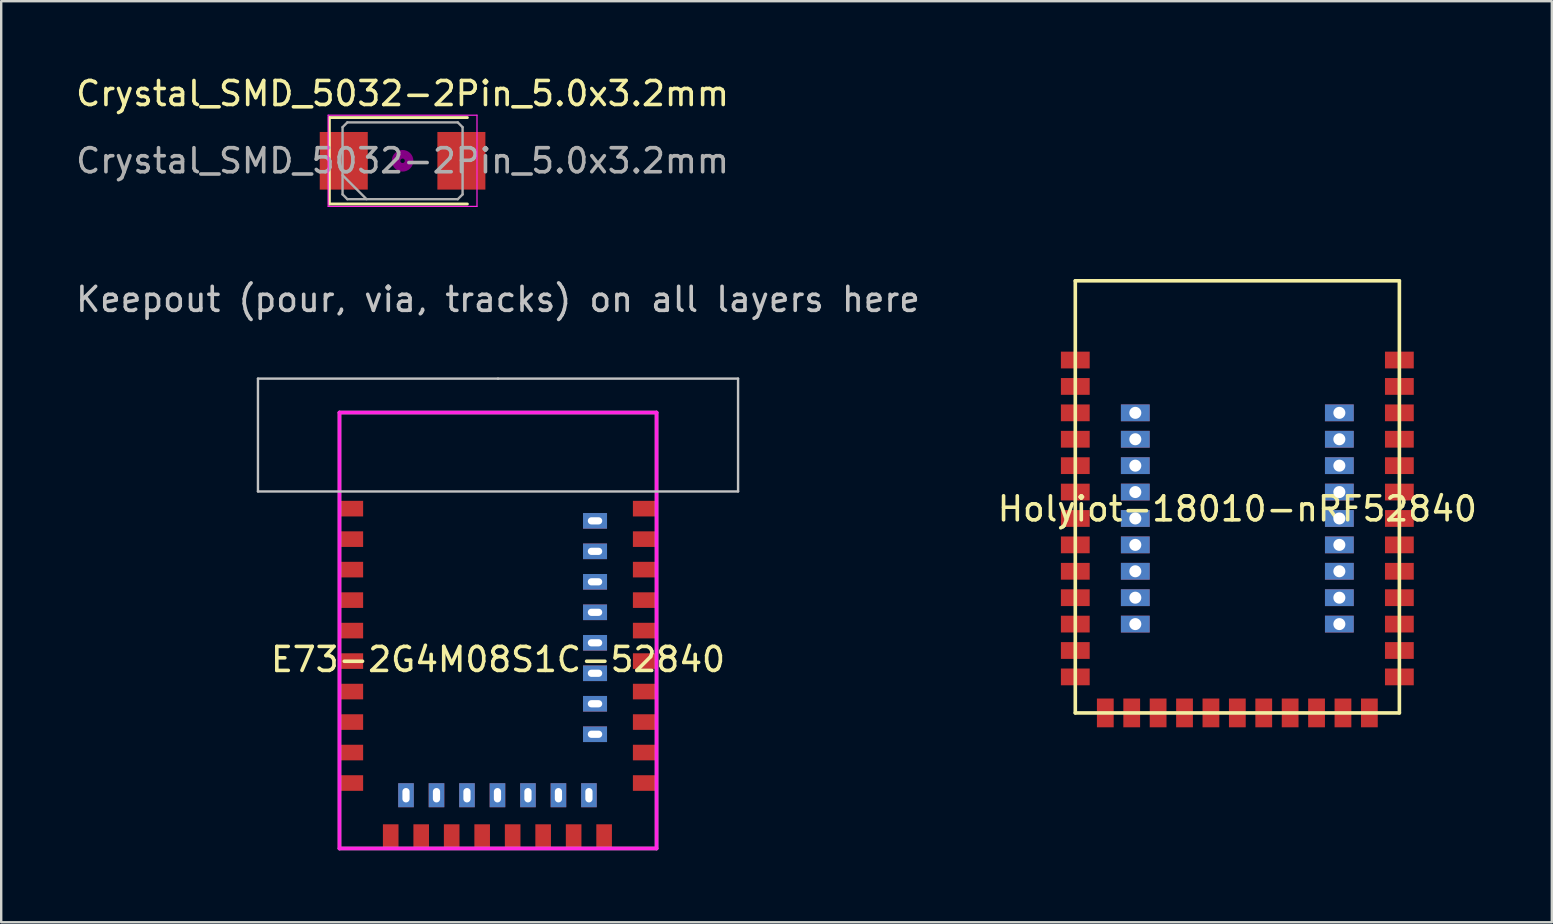
<source format=kicad_pcb>
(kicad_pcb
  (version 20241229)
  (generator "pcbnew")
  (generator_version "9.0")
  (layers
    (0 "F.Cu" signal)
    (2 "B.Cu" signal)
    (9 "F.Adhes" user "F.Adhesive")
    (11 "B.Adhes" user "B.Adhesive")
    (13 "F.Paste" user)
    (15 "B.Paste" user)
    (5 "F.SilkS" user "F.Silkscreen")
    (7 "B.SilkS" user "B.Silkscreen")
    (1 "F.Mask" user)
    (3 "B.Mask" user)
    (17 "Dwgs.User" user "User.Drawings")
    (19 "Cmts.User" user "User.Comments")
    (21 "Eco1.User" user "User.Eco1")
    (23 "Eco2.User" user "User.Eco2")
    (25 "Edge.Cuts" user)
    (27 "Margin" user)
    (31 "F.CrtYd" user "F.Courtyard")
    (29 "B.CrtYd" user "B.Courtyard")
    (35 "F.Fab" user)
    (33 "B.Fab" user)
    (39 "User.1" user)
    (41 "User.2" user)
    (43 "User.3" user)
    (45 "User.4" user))
  (footprint "E73-2G4M08S1C-52840"
    (layer "F.Cu")
    (at 17.696 22.422)
    (property "Reference" "E73-2G4M08S1C-52840" (at 0 2 0) (layer "F.SilkS") (effects (font (size 1 1) (thickness 0.15))))
    (attr through_hole)
    (fp_line (start -10 -9.7) (end -10 -5) (stroke (width 0.1) (type default)) (layer "Dwgs.User"))
    (fp_line (start -10 -5) (end 10 -5) (stroke (width 0.1) (type default)) (layer "Dwgs.User"))
    (fp_line (start 0 -9.7) (end -10 -9.7) (stroke (width 0.1) (type default)) (layer "Dwgs.User"))
    (fp_line (start 0 -9.7) (end 10 -9.7) (stroke (width 0.1) (type default)) (layer "Dwgs.User"))
    (fp_line (start 10 -5) (end 10 -9.7) (stroke (width 0.1) (type default)) (layer "Dwgs.User"))
    (fp_line (start -6.604 -8.287) (end -6.604 9.874) (stroke (width 0.15) (type solid)) (layer "F.CrtYd"))
    (fp_line (start -6.604 9.874) (end 6.604 9.874) (stroke (width 0.15) (type solid)) (layer "F.CrtYd"))
    (fp_line (start 6.604 -8.287) (end -6.604 -8.287) (stroke (width 0.15) (type solid)) (layer "F.CrtYd"))
    (fp_line (start 6.604 9.874) (end 6.604 -8.287) (stroke (width 0.15) (type solid)) (layer "F.CrtYd"))
    (fp_line (start -6.604 -8.287) (end -6.604 9.874) (stroke (width 0.15) (type solid)) (layer "F.Fab"))
    (fp_line (start -6.604 9.874) (end 6.604 9.874) (stroke (width 0.15) (type solid)) (layer "F.Fab"))
    (fp_line (start 6.604 -8.287) (end -6.604 -8.287) (stroke (width 0.15) (type solid)) (layer "F.Fab"))
    (fp_line (start 6.604 9.874) (end 6.604 -8.287) (stroke (width 0.15) (type solid)) (layer "F.Fab"))
    (fp_text user "Keepout (pour, via, tracks) on all layers here" (at 0 -13 0) (layer "Dwgs.User") (effects (font (size 1 1) (thickness 0.15))))
    (pad "1" smd rect (at -6.119 -4.283 90) (size 0.65 1) (layers "F.Cu" "F.Mask" "F.Paste"))
    (pad "2" smd rect (at -6.119 -3.013 90) (size 0.65 1) (layers "F.Cu" "F.Mask" "F.Paste"))
    (pad "3" smd rect (at -6.119 -1.743 90) (size 0.65 1) (layers "F.Cu" "F.Mask" "F.Paste"))
    (pad "4" smd rect (at -6.119 -0.473 90) (size 0.65 1) (layers "F.Cu" "F.Mask" "F.Paste"))
    (pad "5" smd rect (at -6.119 0.797 90) (size 0.65 1) (layers "F.Cu" "F.Mask" "F.Paste"))
    (pad "6" smd rect (at -6.119 2.067 90) (size 0.65 1) (layers "F.Cu" "F.Mask" "F.Paste"))
    (pad "7" smd rect (at -6.119 3.337 90) (size 0.65 1) (layers "F.Cu" "F.Mask" "F.Paste"))
    (pad "8" smd rect (at -6.119 4.607 90) (size 0.65 1) (layers "F.Cu" "F.Mask" "F.Paste"))
    (pad "9" smd rect (at -6.119 5.877 90) (size 0.65 1) (layers "F.Cu" "F.Mask" "F.Paste"))
    (pad "10" smd rect (at -6.119 7.147 90) (size 0.65 1) (layers "F.Cu" "F.Mask" "F.Paste"))
    (pad "11" smd rect (at -4.47 9.366 180) (size 0.65 1) (layers "F.Cu" "F.Mask" "F.Paste"))
    (pad "12" thru_hole rect (at -3.833 7.655 180) (size 0.65 1) (drill oval 0.3 0.6) (layers "*.Cu" "*.Mask"))
    (pad "13" smd rect (at -3.2 9.366 180) (size 0.65 1) (layers "F.Cu" "F.Mask" "F.Paste"))
    (pad "14" thru_hole rect (at -2.563 7.655 180) (size 0.65 1) (drill oval 0.3 0.6) (layers "*.Cu" "*.Mask"))
    (pad "15" smd rect (at -1.93 9.366 180) (size 0.65 1) (layers "F.Cu" "F.Mask" "F.Paste"))
    (pad "16" thru_hole rect (at -1.293 7.655 180) (size 0.65 1) (drill oval 0.3 0.6) (layers "*.Cu" "*.Mask"))
    (pad "17" smd rect (at -0.66 9.366 180) (size 0.65 1) (layers "F.Cu" "F.Mask" "F.Paste"))
    (pad "18" thru_hole rect (at -0.023 7.655 180) (size 0.65 1) (drill oval 0.3 0.6) (layers "*.Cu" "*.Mask"))
    (pad "19" smd rect (at 0.61 9.366 180) (size 0.65 1) (layers "F.Cu" "F.Mask" "F.Paste"))
    (pad "20" thru_hole rect (at 1.247 7.655 180) (size 0.65 1) (drill oval 0.3 0.6) (layers "*.Cu" "*.Mask"))
    (pad "21" smd rect (at 1.88 9.366 180) (size 0.65 1) (layers "F.Cu" "F.Mask" "F.Paste"))
    (pad "22" thru_hole rect (at 2.517 7.655 180) (size 0.65 1) (drill oval 0.3 0.6) (layers "*.Cu" "*.Mask"))
    (pad "23" smd rect (at 3.15 9.366 180) (size 0.65 1) (layers "F.Cu" "F.Mask" "F.Paste"))
    (pad "24" thru_hole rect (at 3.787 7.655 180) (size 0.65 1) (drill oval 0.3 0.6) (layers "*.Cu" "*.Mask"))
    (pad "25" smd rect (at 4.42 9.366 180) (size 0.65 1) (layers "F.Cu" "F.Mask" "F.Paste"))
    (pad "26" smd rect (at 6.119 7.147 90) (size 0.65 1) (layers "F.Cu" "F.Mask" "F.Paste"))
    (pad "27" smd rect (at 6.119 5.877 90) (size 0.65 1) (layers "F.Cu" "F.Mask" "F.Paste"))
    (pad "28" thru_hole rect (at 4.041 5.115 90) (size 0.65 1) (drill oval 0.3 0.6) (layers "*.Cu" "*.Mask"))
    (pad "29" smd rect (at 6.119 4.607 90) (size 0.65 1) (layers "F.Cu" "F.Mask" "F.Paste"))
    (pad "30" thru_hole rect (at 4.041 3.845 90) (size 0.65 1) (drill oval 0.3 0.6) (layers "*.Cu" "*.Mask"))
    (pad "31" smd rect (at 6.119 3.337 90) (size 0.65 1) (layers "F.Cu" "F.Mask" "F.Paste"))
    (pad "32" thru_hole rect (at 4.041 2.575 90) (size 0.65 1) (drill oval 0.3 0.6) (layers "*.Cu" "*.Mask"))
    (pad "33" smd rect (at 6.119 2.067 90) (size 0.65 1) (layers "F.Cu" "F.Mask" "F.Paste"))
    (pad "34" thru_hole rect (at 4.041 1.305 90) (size 0.65 1) (drill oval 0.3 0.6) (layers "*.Cu" "*.Mask"))
    (pad "35" smd rect (at 6.119 0.797 90) (size 0.65 1) (layers "F.Cu" "F.Mask" "F.Paste"))
    (pad "36" thru_hole rect (at 4.041 0.035 90) (size 0.65 1) (drill oval 0.3 0.6) (layers "*.Cu" "*.Mask"))
    (pad "37" smd rect (at 6.119 -0.473 90) (size 0.65 1) (layers "F.Cu" "F.Mask" "F.Paste"))
    (pad "38" thru_hole rect (at 4.041 -1.235 90) (size 0.65 1) (drill oval 0.3 0.6) (layers "*.Cu" "*.Mask"))
    (pad "39" smd rect (at 6.119 -1.743 90) (size 0.65 1) (layers "F.Cu" "F.Mask" "F.Paste"))
    (pad "40" thru_hole rect (at 4.041 -2.505 90) (size 0.65 1) (drill oval 0.3 0.6) (layers "*.Cu" "*.Mask"))
    (pad "41" smd rect (at 6.119 -3.013 90) (size 0.65 1) (layers "F.Cu" "F.Mask" "F.Paste"))
    (pad "42" thru_hole rect (at 4.041 -3.775 90) (size 0.65 1) (drill oval 0.3 0.6) (layers "*.Cu" "*.Mask"))
    (pad "43" smd rect (at 6.119 -4.283 90) (size 0.65 1) (layers "F.Cu" "F.Mask" "F.Paste"))
    (zone (net_name "") (layers "F.Cu" "B.Cu") (hatch edge 0.5) (connect_pads) (min_thickness 0.25) (filled_areas_thickness no) (keepout (tracks not_allowed) (vias not_allowed) (pads not_allowed) (copperpour not_allowed) (footprints not_allowed)) (placement (enabled no)) (fill) (polygon (pts (xy 7.696 17.422) (xy 7.696 12.722) (xy 27.696 12.722) (xy 27.696 17.422)))))
  (footprint "Crystal_SMD_5032-2Pin_5.0x3.2mm"
    (layer "F.Cu")
    (at 13.72 3.648)
    (property "Reference" "Crystal_SMD_5032-2Pin_5.0x3.2mm" (at 0 -2.8 0) (layer "F.SilkS") (effects (font (size 1 1) (thickness 0.15))))
    (attr smd)
    (fp_line (start -3.05 -1.8) (end -3.05 1.8) (stroke (width 0.12) (type solid)) (layer "F.SilkS"))
    (fp_line (start -3.05 1.8) (end 2.7 1.8) (stroke (width 0.12) (type solid)) (layer "F.SilkS"))
    (fp_line (start 2.7 -1.8) (end -3.05 -1.8) (stroke (width 0.12) (type solid)) (layer "F.SilkS"))
    (fp_circle (center 0 0) (end 0.093 0) (stroke (width 0.187) (type solid)) (fill no) (layer "F.Adhes"))
    (fp_circle (center 0 0) (end 0.213 0) (stroke (width 0.133) (type solid)) (fill no) (layer "F.Adhes"))
    (fp_circle (center 0 0) (end 0.333 0) (stroke (width 0.133) (type solid)) (fill no) (layer "F.Adhes"))
    (fp_circle (center 0 0) (end 0.4 0) (stroke (width 0.1) (type solid)) (fill no) (layer "F.Adhes"))
    (fp_line (start -3.1 -1.9) (end -3.1 1.9) (stroke (width 0.05) (type solid)) (layer "F.CrtYd"))
    (fp_line (start -3.1 1.9) (end 3.1 1.9) (stroke (width 0.05) (type solid)) (layer "F.CrtYd"))
    (fp_line (start 3.1 -1.9) (end -3.1 -1.9) (stroke (width 0.05) (type solid)) (layer "F.CrtYd"))
    (fp_line (start 3.1 1.9) (end 3.1 -1.9) (stroke (width 0.05) (type solid)) (layer "F.CrtYd"))
    (fp_line (start -2.5 -1.4) (end -2.3 -1.6) (stroke (width 0.1) (type solid)) (layer "F.Fab"))
    (fp_line (start -2.5 0.6) (end -1.5 1.6) (stroke (width 0.1) (type solid)) (layer "F.Fab"))
    (fp_line (start -2.5 1.4) (end -2.5 -1.4) (stroke (width 0.1) (type solid)) (layer "F.Fab"))
    (fp_line (start -2.3 -1.6) (end 2.3 -1.6) (stroke (width 0.1) (type solid)) (layer "F.Fab"))
    (fp_line (start -2.3 1.6) (end -2.5 1.4) (stroke (width 0.1) (type solid)) (layer "F.Fab"))
    (fp_line (start 2.3 -1.6) (end 2.5 -1.4) (stroke (width 0.1) (type solid)) (layer "F.Fab"))
    (fp_line (start 2.3 1.6) (end -2.3 1.6) (stroke (width 0.1) (type solid)) (layer "F.Fab"))
    (fp_line (start 2.5 -1.4) (end 2.5 1.4) (stroke (width 0.1) (type solid)) (layer "F.Fab"))
    (fp_line (start 2.5 1.4) (end 2.3 1.6) (stroke (width 0.1) (type solid)) (layer "F.Fab"))
    (fp_text user "${REFERENCE}" (at 0 0 0) (layer "F.Fab") (effects (font (size 1 1) (thickness 0.15))))
    (pad "1" smd rect (at -2.45 0) (size 2 2.4) (layers "F.Cu" "F.Mask" "F.Paste"))
    (pad "2" smd rect (at 2.45 0) (size 2 2.4) (layers "F.Cu" "F.Mask" "F.Paste")))
  (footprint "Holyiot-18010-nRF52840"
    (layer "F.Cu")
    (at 48.494 17.648)
    (property "Reference" "Holyiot-18010-nRF52840" (at 0 0.5 0) (layer "F.SilkS") (effects (font (size 1 1) (thickness 0.15))))
    (attr through_hole)
    (fp_line (start -6.75 -9) (end 6.75 -9) (stroke (width 0.15) (type solid)) (layer "F.SilkS"))
    (fp_line (start -6.75 9) (end -6.75 -9) (stroke (width 0.15) (type solid)) (layer "F.SilkS"))
    (fp_line (start 6.75 -9) (end 6.75 9) (stroke (width 0.15) (type solid)) (layer "F.SilkS"))
    (fp_line (start 6.75 9) (end -6.75 9) (stroke (width 0.15) (type solid)) (layer "F.SilkS"))
    (pad "1" smd rect (at -6.75 -5.7 90) (size 0.699 1.199) (layers "F.Cu" "F.Mask" "F.Paste"))
    (pad "2" smd rect (at -6.75 -4.6 90) (size 0.699 1.199) (layers "F.Cu" "F.Mask" "F.Paste"))
    (pad "3" smd rect (at -6.75 -3.5 90) (size 0.699 1.199) (layers "F.Cu" "F.Mask" "F.Paste"))
    (pad "4" smd rect (at -6.75 -2.4 90) (size 0.699 1.199) (layers "F.Cu" "F.Mask" "F.Paste"))
    (pad "5" smd rect (at -6.75 -1.3 90) (size 0.699 1.199) (layers "F.Cu" "F.Mask" "F.Paste"))
    (pad "6" smd rect (at -6.75 -0.2 90) (size 0.699 1.199) (layers "F.Cu" "F.Mask" "F.Paste"))
    (pad "7" smd rect (at -6.75 0.9 90) (size 0.699 1.199) (layers "F.Cu" "F.Mask" "F.Paste"))
    (pad "8" smd rect (at -6.75 2 90) (size 0.699 1.199) (layers "F.Cu" "F.Mask" "F.Paste"))
    (pad "9" smd rect (at -6.75 3.1 90) (size 0.699 1.199) (layers "F.Cu" "F.Mask" "F.Paste"))
    (pad "10" smd rect (at -6.75 4.2 90) (size 0.699 1.199) (layers "F.Cu" "F.Mask" "F.Paste"))
    (pad "11" smd rect (at -6.75 5.3 90) (size 0.699 1.199) (layers "F.Cu" "F.Mask" "F.Paste"))
    (pad "12" smd rect (at -6.75 6.4 90) (size 0.699 1.199) (layers "F.Cu" "F.Mask" "F.Paste"))
    (pad "13" smd rect (at -6.75 7.5 90) (size 0.699 1.199) (layers "F.Cu" "F.Mask" "F.Paste"))
    (pad "14" thru_hole rect (at -4.25 -3.5 90) (size 0.699 1.199) (drill 0.5) (layers "*.Cu" "*.Mask"))
    (pad "15" thru_hole rect (at -4.25 -2.4 90) (size 0.699 1.199) (drill 0.5) (layers "*.Cu" "*.Mask"))
    (pad "16" thru_hole rect (at -4.25 -1.3 90) (size 0.699 1.199) (drill 0.5) (layers "*.Cu" "*.Mask"))
    (pad "17" thru_hole rect (at -4.25 -0.2 90) (size 0.699 1.199) (drill 0.5) (layers "*.Cu" "*.Mask"))
    (pad "18" thru_hole rect (at -4.25 0.9 90) (size 0.699 1.199) (drill 0.5) (layers "*.Cu" "*.Mask"))
    (pad "19" thru_hole rect (at -4.25 2 90) (size 0.699 1.199) (drill 0.5) (layers "*.Cu" "*.Mask"))
    (pad "20" thru_hole rect (at -4.25 3.1 90) (size 0.699 1.199) (drill 0.5) (layers "*.Cu" "*.Mask"))
    (pad "21" thru_hole rect (at -4.25 4.2 90) (size 0.699 1.199) (drill 0.5) (layers "*.Cu" "*.Mask"))
    (pad "22" thru_hole rect (at -4.25 5.3 90) (size 0.699 1.199) (drill 0.5) (layers "*.Cu" "*.Mask"))
    (pad "23" thru_hole rect (at 4.25 -3.5 90) (size 0.699 1.199) (drill 0.5) (layers "*.Cu" "*.Mask"))
    (pad "24" thru_hole rect (at 4.25 -2.4 90) (size 0.699 1.199) (drill 0.5) (layers "*.Cu" "*.Mask"))
    (pad "25" thru_hole rect (at 4.25 -1.3 90) (size 0.699 1.199) (drill 0.5) (layers "*.Cu" "*.Mask"))
    (pad "26" thru_hole rect (at 4.25 -0.2 90) (size 0.699 1.199) (drill 0.5) (layers "*.Cu" "*.Mask"))
    (pad "27" thru_hole rect (at 4.25 0.9 90) (size 0.699 1.199) (drill 0.5) (layers "*.Cu" "*.Mask"))
    (pad "28" thru_hole rect (at 4.25 2 90) (size 0.699 1.199) (drill 0.5) (layers "*.Cu" "*.Mask"))
    (pad "29" thru_hole rect (at 4.25 3.1 90) (size 0.699 1.199) (drill 0.5) (layers "*.Cu" "*.Mask"))
    (pad "30" thru_hole rect (at 4.25 4.2 90) (size 0.699 1.199) (drill 0.5) (layers "*.Cu" "*.Mask"))
    (pad "31" thru_hole rect (at 4.25 5.3 90) (size 0.699 1.199) (drill 0.5) (layers "*.Cu" "*.Mask"))
    (pad "32" smd rect (at 6.75 -5.7 90) (size 0.699 1.199) (layers "F.Cu" "F.Mask" "F.Paste"))
    (pad "33" smd rect (at 6.75 -4.6 90) (size 0.699 1.199) (layers "F.Cu" "F.Mask" "F.Paste"))
    (pad "34" smd rect (at 6.75 -3.5 90) (size 0.699 1.199) (layers "F.Cu" "F.Mask" "F.Paste"))
    (pad "35" smd rect (at 6.75 -2.4 90) (size 0.699 1.199) (layers "F.Cu" "F.Mask" "F.Paste"))
    (pad "36" smd rect (at 6.75 -1.3 90) (size 0.699 1.199) (layers "F.Cu" "F.Mask" "F.Paste"))
    (pad "37" smd rect (at 6.75 -0.2 90) (size 0.699 1.199) (layers "F.Cu" "F.Mask" "F.Paste"))
    (pad "38" smd rect (at 6.75 0.9 90) (size 0.699 1.199) (layers "F.Cu" "F.Mask" "F.Paste"))
    (pad "39" smd rect (at 6.75 2 90) (size 0.699 1.199) (layers "F.Cu" "F.Mask" "F.Paste"))
    (pad "40" smd rect (at 6.75 3.1 90) (size 0.699 1.199) (layers "F.Cu" "F.Mask" "F.Paste"))
    (pad "41" smd rect (at 6.75 4.2 90) (size 0.699 1.199) (layers "F.Cu" "F.Mask" "F.Paste"))
    (pad "42" smd rect (at 6.75 5.3 90) (size 0.699 1.199) (layers "F.Cu" "F.Mask" "F.Paste"))
    (pad "43" smd rect (at 6.75 6.4 90) (size 0.699 1.199) (layers "F.Cu" "F.Mask" "F.Paste"))
    (pad "44" smd rect (at 6.75 7.5 90) (size 0.699 1.199) (layers "F.Cu" "F.Mask" "F.Paste"))
    (pad "45" smd rect (at 5.5 9 180) (size 0.699 1.199) (layers "F.Cu" "F.Mask" "F.Paste"))
    (pad "46" smd rect (at 4.4 9 180) (size 0.699 1.199) (layers "F.Cu" "F.Mask" "F.Paste"))
    (pad "47" smd rect (at 3.3 9 180) (size 0.699 1.199) (layers "F.Cu" "F.Mask" "F.Paste"))
    (pad "48" smd rect (at 2.2 9 180) (size 0.699 1.199) (layers "F.Cu" "F.Mask" "F.Paste"))
    (pad "49" smd rect (at 1.1 9 180) (size 0.699 1.199) (layers "F.Cu" "F.Mask" "F.Paste"))
    (pad "50" smd rect (at 0 9 180) (size 0.699 1.199) (layers "F.Cu" "F.Mask" "F.Paste"))
    (pad "51" smd rect (at -1.1 9 180) (size 0.699 1.199) (layers "F.Cu" "F.Mask" "F.Paste"))
    (pad "52" smd rect (at -2.2 9 180) (size 0.699 1.199) (layers "F.Cu" "F.Mask" "F.Paste"))
    (pad "53" smd rect (at -3.3 9 180) (size 0.699 1.199) (layers "F.Cu" "F.Mask" "F.Paste"))
    (pad "54" smd rect (at -4.4 9 180) (size 0.699 1.199) (layers "F.Cu" "F.Mask" "F.Paste"))
    (pad "55" smd rect (at -5.5 9 180) (size 0.699 1.199) (layers "F.Cu" "F.Mask" "F.Paste")))
  (gr_rect
    (start -3 -3)
    (end 61.595 35.37)
    (stroke (width 0.1) (type default))
    (fill no)
    (layer "Edge.Cuts")))
</source>
